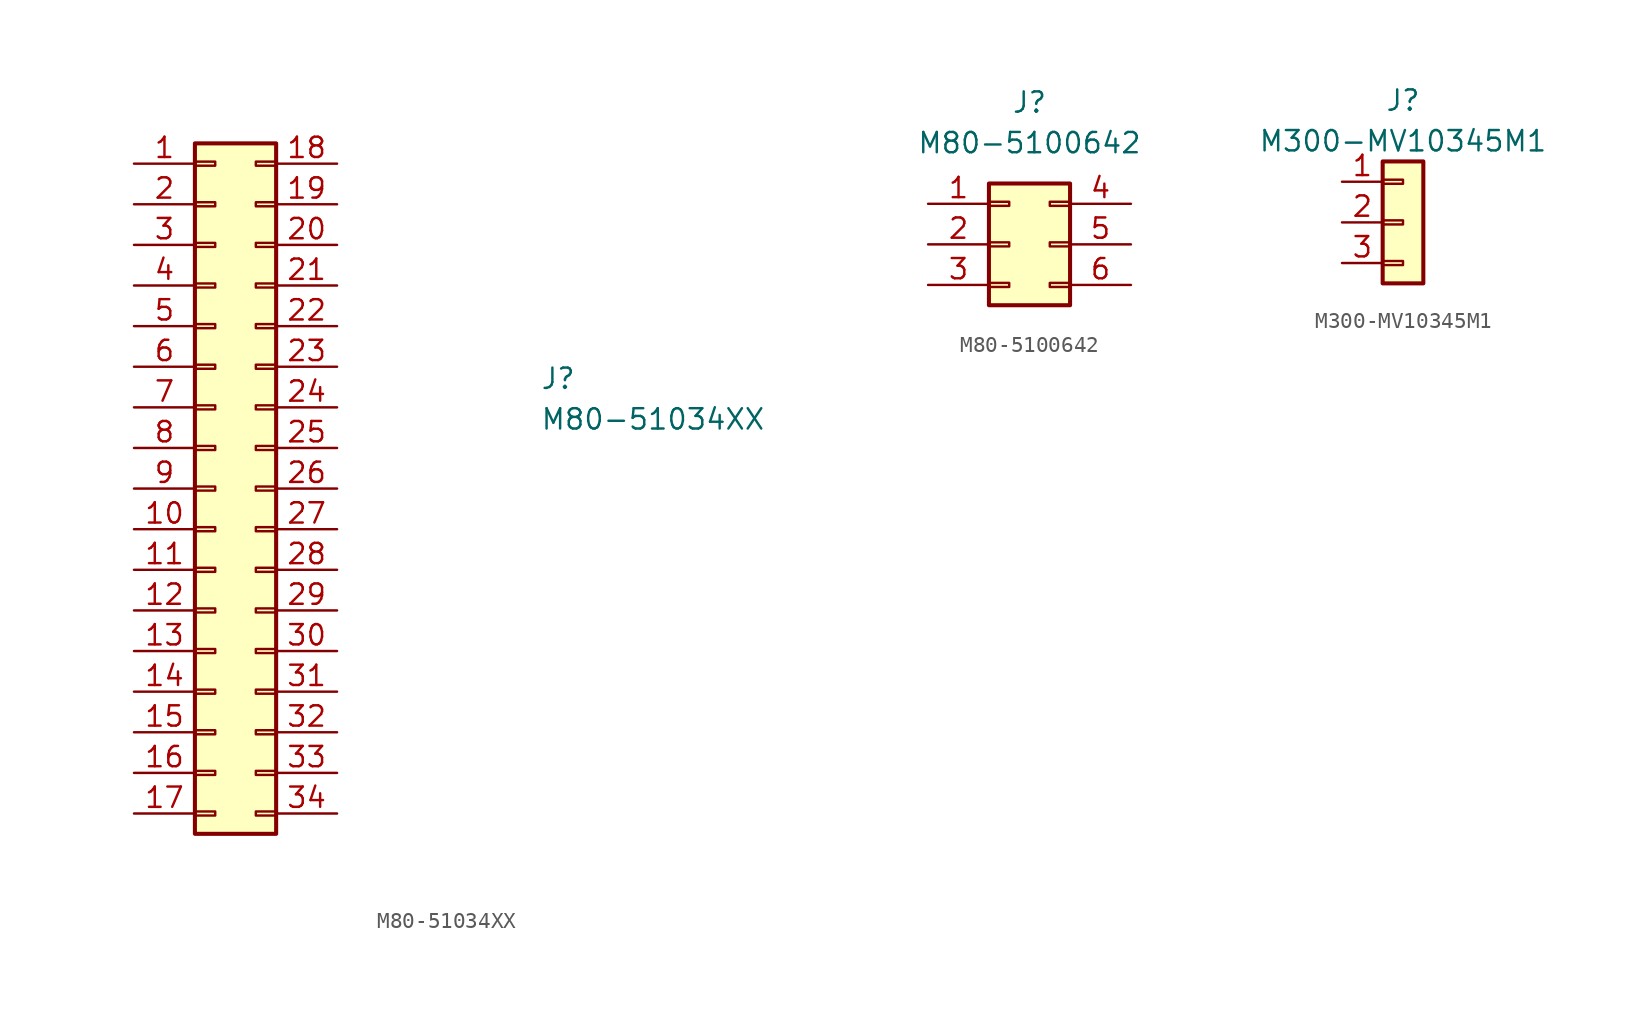
<source format=kicad_sym>
(kicad_symbol_lib
  (version 20231120)
  (generator "kicad_symbol_editor")
  (generator_version "8.0")
  (symbol "M80-51034XX"
    (pin_names hide)
    (property "Reference" "J"
      (at 19.05 7.62 0)
      (effects (font (size 1.27 1.27)) (justify left top)))
    (property "Value" "M80-51034XX"
      (at 19.05 5.08 0)
      (effects (font (size 1.27 1.27)) (justify left top)))
    (symbol "M80-51034XX_1_1"
      (rectangle (start -2.54 -20.193) (end -1.27 -20.447) (stroke (width 0.152) (type default)) (fill (type none)))
      (rectangle (start -2.54 -17.653) (end -1.27 -17.907) (stroke (width 0.152) (type default)) (fill (type none)))
      (rectangle (start -2.54 -15.113) (end -1.27 -15.367) (stroke (width 0.152) (type default)) (fill (type none)))
      (rectangle (start -2.54 -12.573) (end -1.27 -12.827) (stroke (width 0.152) (type default)) (fill (type none)))
      (rectangle (start -2.54 -10.033) (end -1.27 -10.287) (stroke (width 0.152) (type default)) (fill (type none)))
      (rectangle (start -2.54 -7.493) (end -1.27 -7.747) (stroke (width 0.152) (type default)) (fill (type none)))
      (rectangle (start -2.54 -4.953) (end -1.27 -5.207) (stroke (width 0.152) (type default)) (fill (type none)))
      (rectangle (start -2.54 -2.413) (end -1.27 -2.667) (stroke (width 0.152) (type default)) (fill (type none)))
      (rectangle (start -2.54 0.127) (end -1.27 -0.127) (stroke (width 0.152) (type default)) (fill (type none)))
      (rectangle (start -2.54 2.667) (end -1.27 2.413) (stroke (width 0.152) (type default)) (fill (type none)))
      (rectangle (start -2.54 5.207) (end -1.27 4.953) (stroke (width 0.152) (type default)) (fill (type none)))
      (rectangle (start -2.54 7.747) (end -1.27 7.493) (stroke (width 0.152) (type default)) (fill (type none)))
      (rectangle (start -2.54 10.287) (end -1.27 10.033) (stroke (width 0.152) (type default)) (fill (type none)))
      (rectangle (start -2.54 12.827) (end -1.27 12.573) (stroke (width 0.152) (type default)) (fill (type none)))
      (rectangle (start -2.54 15.367) (end -1.27 15.113) (stroke (width 0.152) (type default)) (fill (type none)))
      (rectangle (start -2.54 17.907) (end -1.27 17.653) (stroke (width 0.152) (type default)) (fill (type none)))
      (rectangle (start -2.54 20.447) (end -1.27 20.193) (stroke (width 0.152) (type default)) (fill (type none)))
      (rectangle (start -2.54 21.59) (end 2.54 -21.59) (stroke (width 0.254) (type default)) (fill (type background)))
      (rectangle (start 2.54 -20.193) (end 1.27 -20.447) (stroke (width 0.152) (type default)) (fill (type none)))
      (rectangle (start 2.54 -17.653) (end 1.27 -17.907) (stroke (width 0.152) (type default)) (fill (type none)))
      (rectangle (start 2.54 -15.113) (end 1.27 -15.367) (stroke (width 0.152) (type default)) (fill (type none)))
      (rectangle (start 2.54 -12.573) (end 1.27 -12.827) (stroke (width 0.152) (type default)) (fill (type none)))
      (rectangle (start 2.54 -10.033) (end 1.27 -10.287) (stroke (width 0.152) (type default)) (fill (type none)))
      (rectangle (start 2.54 -7.493) (end 1.27 -7.747) (stroke (width 0.152) (type default)) (fill (type none)))
      (rectangle (start 2.54 -4.953) (end 1.27 -5.207) (stroke (width 0.152) (type default)) (fill (type none)))
      (rectangle (start 2.54 -2.413) (end 1.27 -2.667) (stroke (width 0.152) (type default)) (fill (type none)))
      (rectangle (start 2.54 0.127) (end 1.27 -0.127) (stroke (width 0.152) (type default)) (fill (type none)))
      (rectangle (start 2.54 2.667) (end 1.27 2.413) (stroke (width 0.152) (type default)) (fill (type none)))
      (rectangle (start 2.54 5.207) (end 1.27 4.953) (stroke (width 0.152) (type default)) (fill (type none)))
      (rectangle (start 2.54 7.747) (end 1.27 7.493) (stroke (width 0.152) (type default)) (fill (type none)))
      (rectangle (start 2.54 10.287) (end 1.27 10.033) (stroke (width 0.152) (type default)) (fill (type none)))
      (rectangle (start 2.54 12.827) (end 1.27 12.573) (stroke (width 0.152) (type default)) (fill (type none)))
      (rectangle (start 2.54 15.367) (end 1.27 15.113) (stroke (width 0.152) (type default)) (fill (type none)))
      (rectangle (start 2.54 17.907) (end 1.27 17.653) (stroke (width 0.152) (type default)) (fill (type none)))
      (rectangle (start 2.54 20.447) (end 1.27 20.193) (stroke (width 0.152) (type default)) (fill (type none)))
      (pin passive line (at -6.35 20.32 0) (length 3.81) (name "Pin_1" (effects (font (size 1.27 1.27)))) (number "1" (effects (font (size 1.27 1.27)))))
      (pin passive line (at -6.35 -2.54 0) (length 3.81) (name "Pin_10" (effects (font (size 1.27 1.27)))) (number "10" (effects (font (size 1.27 1.27)))))
      (pin passive line (at -6.35 -5.08 0) (length 3.81) (name "Pin_11" (effects (font (size 1.27 1.27)))) (number "11" (effects (font (size 1.27 1.27)))))
      (pin passive line (at -6.35 -7.62 0) (length 3.81) (name "Pin_12" (effects (font (size 1.27 1.27)))) (number "12" (effects (font (size 1.27 1.27)))))
      (pin passive line (at -6.35 -10.16 0) (length 3.81) (name "Pin_13" (effects (font (size 1.27 1.27)))) (number "13" (effects (font (size 1.27 1.27)))))
      (pin passive line (at -6.35 -12.7 0) (length 3.81) (name "Pin_14" (effects (font (size 1.27 1.27)))) (number "14" (effects (font (size 1.27 1.27)))))
      (pin passive line (at -6.35 -15.24 0) (length 3.81) (name "Pin_15" (effects (font (size 1.27 1.27)))) (number "15" (effects (font (size 1.27 1.27)))))
      (pin passive line (at -6.35 -17.78 0) (length 3.81) (name "Pin_16" (effects (font (size 1.27 1.27)))) (number "16" (effects (font (size 1.27 1.27)))))
      (pin passive line (at -6.35 -20.32 0) (length 3.81) (name "Pin_17" (effects (font (size 1.27 1.27)))) (number "17" (effects (font (size 1.27 1.27)))))
      (pin passive line (at 6.35 20.32 180) (length 3.81) (name "Pin_18" (effects (font (size 1.27 1.27)))) (number "18" (effects (font (size 1.27 1.27)))))
      (pin passive line (at 6.35 17.78 180) (length 3.81) (name "Pin_19" (effects (font (size 1.27 1.27)))) (number "19" (effects (font (size 1.27 1.27)))))
      (pin passive line (at -6.35 17.78 0) (length 3.81) (name "Pin_2" (effects (font (size 1.27 1.27)))) (number "2" (effects (font (size 1.27 1.27)))))
      (pin passive line (at 6.35 15.24 180) (length 3.81) (name "Pin_20" (effects (font (size 1.27 1.27)))) (number "20" (effects (font (size 1.27 1.27)))))
      (pin passive line (at 6.35 12.7 180) (length 3.81) (name "Pin_21" (effects (font (size 1.27 1.27)))) (number "21" (effects (font (size 1.27 1.27)))))
      (pin passive line (at 6.35 10.16 180) (length 3.81) (name "Pin_22" (effects (font (size 1.27 1.27)))) (number "22" (effects (font (size 1.27 1.27)))))
      (pin passive line (at 6.35 7.62 180) (length 3.81) (name "Pin_23" (effects (font (size 1.27 1.27)))) (number "23" (effects (font (size 1.27 1.27)))))
      (pin passive line (at 6.35 5.08 180) (length 3.81) (name "Pin_24" (effects (font (size 1.27 1.27)))) (number "24" (effects (font (size 1.27 1.27)))))
      (pin passive line (at 6.35 2.54 180) (length 3.81) (name "Pin_25" (effects (font (size 1.27 1.27)))) (number "25" (effects (font (size 1.27 1.27)))))
      (pin passive line (at 6.35 0 180) (length 3.81) (name "Pin_26" (effects (font (size 1.27 1.27)))) (number "26" (effects (font (size 1.27 1.27)))))
      (pin passive line (at 6.35 -2.54 180) (length 3.81) (name "Pin_27" (effects (font (size 1.27 1.27)))) (number "27" (effects (font (size 1.27 1.27)))))
      (pin passive line (at 6.35 -5.08 180) (length 3.81) (name "Pin_28" (effects (font (size 1.27 1.27)))) (number "28" (effects (font (size 1.27 1.27)))))
      (pin passive line (at 6.35 -7.62 180) (length 3.81) (name "Pin_29" (effects (font (size 1.27 1.27)))) (number "29" (effects (font (size 1.27 1.27)))))
      (pin passive line (at -6.35 15.24 0) (length 3.81) (name "Pin_3" (effects (font (size 1.27 1.27)))) (number "3" (effects (font (size 1.27 1.27)))))
      (pin passive line (at 6.35 -10.16 180) (length 3.81) (name "Pin_30" (effects (font (size 1.27 1.27)))) (number "30" (effects (font (size 1.27 1.27)))))
      (pin passive line (at 6.35 -12.7 180) (length 3.81) (name "Pin_31" (effects (font (size 1.27 1.27)))) (number "31" (effects (font (size 1.27 1.27)))))
      (pin passive line (at 6.35 -15.24 180) (length 3.81) (name "Pin_32" (effects (font (size 1.27 1.27)))) (number "32" (effects (font (size 1.27 1.27)))))
      (pin passive line (at 6.35 -17.78 180) (length 3.81) (name "Pin_33" (effects (font (size 1.27 1.27)))) (number "33" (effects (font (size 1.27 1.27)))))
      (pin passive line (at 6.35 -20.32 180) (length 3.81) (name "Pin_34" (effects (font (size 1.27 1.27)))) (number "34" (effects (font (size 1.27 1.27)))))
      (pin passive line (at -6.35 12.7 0) (length 3.81) (name "Pin_4" (effects (font (size 1.27 1.27)))) (number "4" (effects (font (size 1.27 1.27)))))
      (pin passive line (at -6.35 10.16 0) (length 3.81) (name "Pin_5" (effects (font (size 1.27 1.27)))) (number "5" (effects (font (size 1.27 1.27)))))
      (pin passive line (at -6.35 7.62 0) (length 3.81) (name "Pin_6" (effects (font (size 1.27 1.27)))) (number "6" (effects (font (size 1.27 1.27)))))
      (pin passive line (at -6.35 5.08 0) (length 3.81) (name "Pin_7" (effects (font (size 1.27 1.27)))) (number "7" (effects (font (size 1.27 1.27)))))
      (pin passive line (at -6.35 2.54 0) (length 3.81) (name "Pin_8" (effects (font (size 1.27 1.27)))) (number "8" (effects (font (size 1.27 1.27)))))
      (pin passive line (at -6.35 0 0) (length 3.81) (name "Pin_9" (effects (font (size 1.27 1.27)))) (number "9" (effects (font (size 1.27 1.27)))))))
  (symbol "M80-5100642"
    (pin_names hide)
    (property "Reference" "J"
      (at 0 8.89 0)
      (effects (font (size 1.27 1.27))))
    (property "Value" "M80-5100642"
      (at 0 6.35 0)
      (effects (font (size 1.27 1.27))))
    (symbol "M80-5100642_1_1"
      (rectangle (start -2.54 -2.413) (end -1.27 -2.667) (stroke (width 0.152) (type default)) (fill (type none)))
      (rectangle (start -2.54 0.127) (end -1.27 -0.127) (stroke (width 0.152) (type default)) (fill (type none)))
      (rectangle (start -2.54 2.667) (end -1.27 2.413) (stroke (width 0.152) (type default)) (fill (type none)))
      (rectangle (start -2.54 3.81) (end 2.54 -3.81) (stroke (width 0.254) (type default)) (fill (type background)))
      (rectangle (start 2.54 -2.413) (end 1.27 -2.667) (stroke (width 0.152) (type default)) (fill (type none)))
      (rectangle (start 2.54 0.127) (end 1.27 -0.127) (stroke (width 0.152) (type default)) (fill (type none)))
      (rectangle (start 2.54 2.667) (end 1.27 2.413) (stroke (width 0.152) (type default)) (fill (type none)))
      (pin passive line (at -6.35 2.54 0) (length 3.81) (name "Pin_1" (effects (font (size 1.27 1.27)))) (number "1" (effects (font (size 1.27 1.27)))))
      (pin passive line (at -6.35 0 0) (length 3.81) (name "Pin_2" (effects (font (size 1.27 1.27)))) (number "2" (effects (font (size 1.27 1.27)))))
      (pin passive line (at -6.35 -2.54 0) (length 3.81) (name "Pin_3" (effects (font (size 1.27 1.27)))) (number "3" (effects (font (size 1.27 1.27)))))
      (pin passive line (at 6.35 2.54 180) (length 3.81) (name "Pin_4" (effects (font (size 1.27 1.27)))) (number "4" (effects (font (size 1.27 1.27)))))
      (pin passive line (at 6.35 0 180) (length 3.81) (name "Pin_5" (effects (font (size 1.27 1.27)))) (number "5" (effects (font (size 1.27 1.27)))))
      (pin passive line (at 6.35 -2.54 180) (length 3.81) (name "Pin_6" (effects (font (size 1.27 1.27)))) (number "6" (effects (font (size 1.27 1.27)))))))
  (symbol "M300-MV10345M1"
    (pin_names hide)
    (property "Reference" "J"
      (at 0 7.62 0)
      (effects (font (size 1.27 1.27))))
    (property "Value" "M300-MV10345M1"
      (at 0 5.08 0)
      (effects (font (size 1.27 1.27))))
    (symbol "M300-MV10345M1_1_1"
      (rectangle (start -1.27 -2.413) (end 0 -2.667) (stroke (width 0.152) (type default)) (fill (type none)))
      (rectangle (start -1.27 0.127) (end 0 -0.127) (stroke (width 0.152) (type default)) (fill (type none)))
      (rectangle (start -1.27 2.667) (end 0 2.413) (stroke (width 0.152) (type default)) (fill (type none)))
      (rectangle (start -1.27 3.81) (end 1.27 -3.81) (stroke (width 0.254) (type default)) (fill (type background)))
      (pin passive line (at -3.81 2.54 0) (length 2.54) (name "Pin_1" (effects (font (size 1.27 1.27)))) (number "1" (effects (font (size 1.27 1.27)))))
      (pin passive line (at -3.81 0 0) (length 2.54) (name "Pin_2" (effects (font (size 1.27 1.27)))) (number "2" (effects (font (size 1.27 1.27)))))
      (pin passive line (at -3.81 -2.54 0) (length 2.54) (name "Pin_3" (effects (font (size 1.27 1.27)))) (number "3" (effects (font (size 1.27 1.27))))))))
</source>
